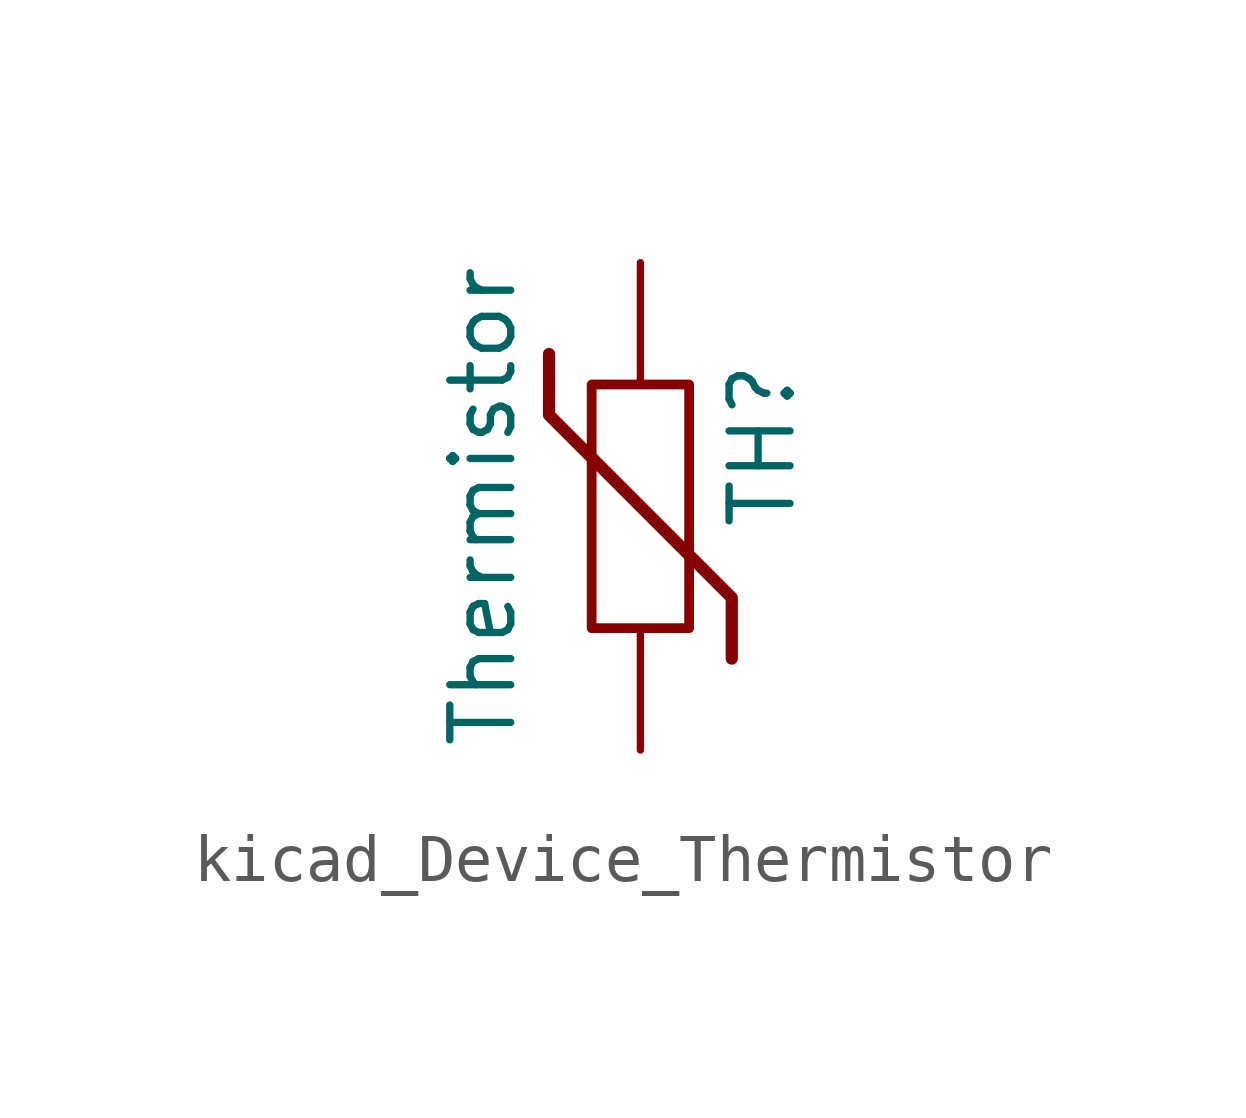
<source format=kicad_sym>
(kicad_symbol_lib
  (version 20220914)
  (generator kicad_symbol_editor)
  (symbol "kicad_Device_Thermistor"
    (pin_numbers hide)
    (pin_names
      (offset 0))
    (property "Reference" "TH"
      (at 2.54 1.27 90)
      (effects (font (size 1.27 1.27))))
    (property "Value" "Thermistor"
      (at -2.54 0 90)
      (effects (font (size 1.27 1.27)) (justify bottom)))
    (symbol "kicad_Device_Thermistor_0_1"
      (rectangle (start -1.016 2.54) (end 1.016 -2.54) (stroke (width 0.203) (type default)) (fill (type none)))
      (polyline (pts (xy -1.905 3.175) (xy -1.905 1.905) (xy 1.905 -1.905) (xy 1.905 -3.175) (xy 1.905 -3.175)) (stroke (width 0.254) (type default)) (fill (type none))))
    (symbol "kicad_Device_Thermistor_1_1"
      (pin passive line (at 0 5.08 270) (length 2.54) (name "~" (effects (font (size 1.27 1.27)))) (number "1" (effects (font (size 1.27 1.27)))))
      (pin passive line (at 0 -5.08 90) (length 2.54) (name "~" (effects (font (size 1.27 1.27)))) (number "2" (effects (font (size 1.27 1.27))))))))
</source>
